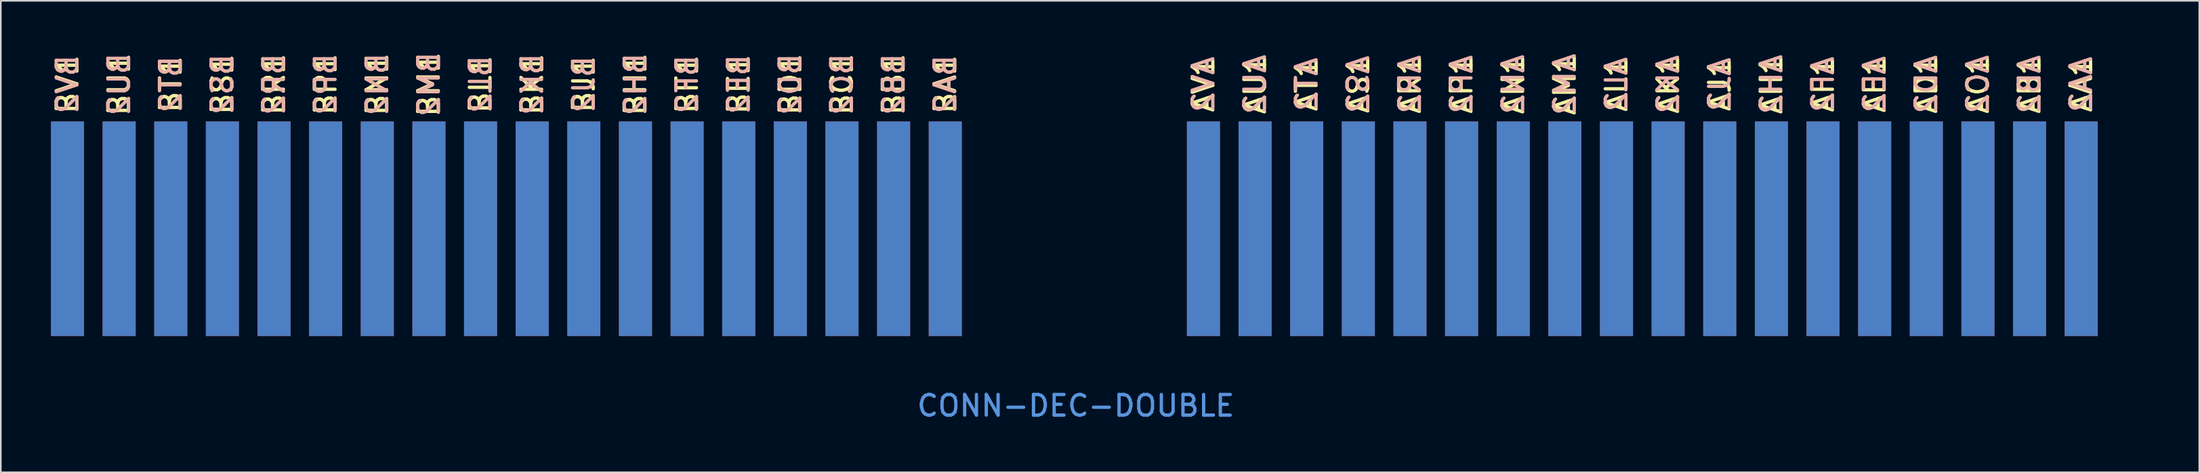
<source format=kicad_pcb>
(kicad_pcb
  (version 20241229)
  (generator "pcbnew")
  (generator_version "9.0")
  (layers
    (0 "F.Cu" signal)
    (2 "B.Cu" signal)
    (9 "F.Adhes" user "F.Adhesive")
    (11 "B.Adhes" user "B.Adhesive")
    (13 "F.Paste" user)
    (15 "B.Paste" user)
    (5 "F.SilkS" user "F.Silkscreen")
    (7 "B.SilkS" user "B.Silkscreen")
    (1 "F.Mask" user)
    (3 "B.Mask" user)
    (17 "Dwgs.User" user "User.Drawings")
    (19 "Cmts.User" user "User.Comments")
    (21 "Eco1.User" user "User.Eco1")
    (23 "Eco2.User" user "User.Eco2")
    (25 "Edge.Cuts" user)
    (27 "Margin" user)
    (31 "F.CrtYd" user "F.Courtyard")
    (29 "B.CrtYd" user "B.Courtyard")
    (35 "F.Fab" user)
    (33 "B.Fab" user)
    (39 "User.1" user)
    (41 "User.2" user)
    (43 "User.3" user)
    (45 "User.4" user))
  (footprint "CONN-DEC-DOUBLE"
    (layer "F.Cu")
    (at 128.938 18.653)
    (property "Reference" "CONN-DEC-DOUBLE" (at -65.837 3.277 0) (layer "Cmts.User") (effects (font (size 1.27 1.27) (thickness 0.203))))
    (attr through_hole)
    (fp_text user "BR1" (at -115.138 -16.51 90) (layer "F.SilkS") (effects (font (size 1.27 1.27) (thickness 0.203))))
    (fp_text user "BF1" (at -89.738 -16.51 90) (layer "F.SilkS") (effects (font (size 1.27 1.27) (thickness 0.203))))
    (fp_text user "AK1" (at -29.413 -16.51 90) (layer "F.SilkS") (effects (font (size 1.27 1.27) (thickness 0.203))))
    (fp_text user "BD1" (at -83.388 -16.51 90) (layer "F.SilkS") (effects (font (size 1.27 1.27) (thickness 0.203))))
    (fp_text user "AN1" (at -38.938 -16.51 90) (layer "F.SilkS") (effects (font (size 1.27 1.27) (thickness 0.203))))
    (fp_text user "AA1" (at -4.013 -16.51 90) (layer "F.SilkS") (effects (font (size 1.27 1.27) (thickness 0.203))))
    (fp_text user "BJ1" (at -96.088 -16.51 90) (layer "F.SilkS") (effects (font (size 1.27 1.27) (thickness 0.203))))
    (fp_text user "BE1" (at -86.563 -16.51 90) (layer "F.SilkS") (effects (font (size 1.27 1.27) (thickness 0.203))))
    (fp_text user "BA1" (at -73.863 -16.51 90) (layer "F.SilkS") (effects (font (size 1.27 1.27) (thickness 0.203))))
    (fp_text user "AV1" (at -57.988 -16.51 90) (layer "F.SilkS") (effects (font (size 1.27 1.27) (thickness 0.203))))
    (fp_text user "AT1" (at -51.638 -16.51 90) (layer "F.SilkS") (effects (font (size 1.27 1.27) (thickness 0.203))))
    (fp_text user "BV1" (at -127.838 -16.51 90) (layer "F.SilkS") (effects (font (size 1.27 1.27) (thickness 0.203))))
    (fp_text user "BS1" (at -118.313 -16.51 90) (layer "F.SilkS") (effects (font (size 1.27 1.27) (thickness 0.203))))
    (fp_text user "BC1" (at -80.213 -16.51 90) (layer "F.SilkS") (effects (font (size 1.27 1.27) (thickness 0.203))))
    (fp_text user "AU1" (at -54.813 -16.51 90) (layer "F.SilkS") (effects (font (size 1.27 1.27) (thickness 0.203))))
    (fp_text user "BU1" (at -124.663 -16.51 90) (layer "F.SilkS") (effects (font (size 1.27 1.27) (thickness 0.203))))
    (fp_text user "AJ1" (at -26.238 -16.51 90) (layer "F.SilkS") (effects (font (size 1.27 1.27) (thickness 0.203))))
    (fp_text user "BK1" (at -99.263 -16.51 90) (layer "F.SilkS") (effects (font (size 1.27 1.27) (thickness 0.203))))
    (fp_text user "AD1" (at -13.538 -16.51 90) (layer "F.SilkS") (effects (font (size 1.27 1.27) (thickness 0.203))))
    (fp_text user "AS1" (at -48.463 -16.51 90) (layer "F.SilkS") (effects (font (size 1.27 1.27) (thickness 0.203))))
    (fp_text user "BB1" (at -77.038 -16.51 90) (layer "F.SilkS") (effects (font (size 1.27 1.27) (thickness 0.203))))
    (fp_text user "AM1" (at -35.763 -16.51 90) (layer "F.SilkS") (effects (font (size 1.27 1.27) (thickness 0.203))))
    (fp_text user "AC1" (at -10.363 -16.51 90) (layer "F.SilkS") (effects (font (size 1.27 1.27) (thickness 0.203))))
    (fp_text user "BP1" (at -111.963 -16.51 90) (layer "F.SilkS") (effects (font (size 1.27 1.27) (thickness 0.203))))
    (fp_text user "AL1" (at -32.588 -16.51 90) (layer "F.SilkS") (effects (font (size 1.27 1.27) (thickness 0.203))))
    (fp_text user "AH1" (at -23.063 -16.51 90) (layer "F.SilkS") (effects (font (size 1.27 1.27) (thickness 0.203))))
    (fp_text user "AF1" (at -19.888 -16.51 90) (layer "F.SilkS") (effects (font (size 1.27 1.27) (thickness 0.203))))
    (fp_text user "AR1" (at -45.288 -16.51 90) (layer "F.SilkS") (effects (font (size 1.27 1.27) (thickness 0.203))))
    (fp_text user "AB1" (at -7.188 -16.51 90) (layer "F.SilkS") (effects (font (size 1.27 1.27) (thickness 0.203))))
    (fp_text user "BN1" (at -108.788 -16.51 90) (layer "F.SilkS") (effects (font (size 1.27 1.27) (thickness 0.203))))
    (fp_text user "BL1" (at -102.438 -16.51 90) (layer "F.SilkS") (effects (font (size 1.27 1.27) (thickness 0.203))))
    (fp_text user "BH1" (at -92.913 -16.51 90) (layer "F.SilkS") (effects (font (size 1.27 1.27) (thickness 0.203))))
    (fp_text user "AE1" (at -16.713 -16.51 90) (layer "F.SilkS") (effects (font (size 1.27 1.27) (thickness 0.203))))
    (fp_text user "AP1" (at -42.113 -16.51 90) (layer "F.SilkS") (effects (font (size 1.27 1.27) (thickness 0.203))))
    (fp_text user "BT1" (at -121.488 -16.51 90) (layer "F.SilkS") (effects (font (size 1.27 1.27) (thickness 0.203))))
    (fp_text user "BM1" (at -105.613 -16.51 90) (layer "F.SilkS") (effects (font (size 1.27 1.27) (thickness 0.203))))
    (fp_text user "BN2" (at -108.788 -16.51 90) (layer "B.SilkS") (effects (font (size 1.27 1.27) (thickness 0.203)) (justify mirror)))
    (fp_text user "BJ2" (at -96.088 -16.51 90) (layer "B.SilkS") (effects (font (size 1.27 1.27) (thickness 0.203)) (justify mirror)))
    (fp_text user "BD2" (at -83.388 -16.51 90) (layer "B.SilkS") (effects (font (size 1.27 1.27) (thickness 0.203)) (justify mirror)))
    (fp_text user "AJ2" (at -26.238 -16.51 90) (layer "B.SilkS") (effects (font (size 1.27 1.27) (thickness 0.203)) (justify mirror)))
    (fp_text user "AA2" (at -4.013 -16.51 90) (layer "B.SilkS") (effects (font (size 1.27 1.27) (thickness 0.203)) (justify mirror)))
    (fp_text user "BV2" (at -127.838 -16.51 90) (layer "B.SilkS") (effects (font (size 1.27 1.27) (thickness 0.203)) (justify mirror)))
    (fp_text user "AN2" (at -38.938 -16.51 90) (layer "B.SilkS") (effects (font (size 1.27 1.27) (thickness 0.203)) (justify mirror)))
    (fp_text user "AE2" (at -16.713 -16.51 90) (layer "B.SilkS") (effects (font (size 1.27 1.27) (thickness 0.203)) (justify mirror)))
    (fp_text user "BR2" (at -115.138 -16.51 90) (layer "B.SilkS") (effects (font (size 1.27 1.27) (thickness 0.203)) (justify mirror)))
    (fp_text user "AU2" (at -54.813 -16.51 90) (layer "B.SilkS") (effects (font (size 1.27 1.27) (thickness 0.203)) (justify mirror)))
    (fp_text user "BK2" (at -99.263 -16.51 90) (layer "B.SilkS") (effects (font (size 1.27 1.27) (thickness 0.203)) (justify mirror)))
    (fp_text user "AR2" (at -45.288 -16.51 90) (layer "B.SilkS") (effects (font (size 1.27 1.27) (thickness 0.203)) (justify mirror)))
    (fp_text user "AS2" (at -48.463 -16.51 90) (layer "B.SilkS") (effects (font (size 1.27 1.27) (thickness 0.203)) (justify mirror)))
    (fp_text user "AH2" (at -23.063 -16.51 90) (layer "B.SilkS") (effects (font (size 1.27 1.27) (thickness 0.203)) (justify mirror)))
    (fp_text user "BL2" (at -102.438 -16.51 90) (layer "B.SilkS") (effects (font (size 1.27 1.27) (thickness 0.203)) (justify mirror)))
    (fp_text user "BC2" (at -80.213 -16.51 90) (layer "B.SilkS") (effects (font (size 1.27 1.27) (thickness 0.203)) (justify mirror)))
    (fp_text user "AT2" (at -51.638 -16.51 90) (layer "B.SilkS") (effects (font (size 1.27 1.27) (thickness 0.203)) (justify mirror)))
    (fp_text user "AV2" (at -57.988 -16.51 90) (layer "B.SilkS") (effects (font (size 1.27 1.27) (thickness 0.203)) (justify mirror)))
    (fp_text user "AL2" (at -32.588 -16.51 90) (layer "B.SilkS") (effects (font (size 1.27 1.27) (thickness 0.203)) (justify mirror)))
    (fp_text user "BH2" (at -92.913 -16.51 90) (layer "B.SilkS") (effects (font (size 1.27 1.27) (thickness 0.203)) (justify mirror)))
    (fp_text user "BU2" (at -124.663 -16.51 90) (layer "B.SilkS") (effects (font (size 1.27 1.27) (thickness 0.203)) (justify mirror)))
    (fp_text user "AF2" (at -19.888 -16.51 90) (layer "B.SilkS") (effects (font (size 1.27 1.27) (thickness 0.203)) (justify mirror)))
    (fp_text user "AM2" (at -35.763 -16.51 90) (layer "B.SilkS") (effects (font (size 1.27 1.27) (thickness 0.203)) (justify mirror)))
    (fp_text user "AD2" (at -13.538 -16.51 90) (layer "B.SilkS") (effects (font (size 1.27 1.27) (thickness 0.203)) (justify mirror)))
    (fp_text user "BB2" (at -77.038 -16.51 90) (layer "B.SilkS") (effects (font (size 1.27 1.27) (thickness 0.203)) (justify mirror)))
    (fp_text user "AB2" (at -7.188 -16.51 90) (layer "B.SilkS") (effects (font (size 1.27 1.27) (thickness 0.203)) (justify mirror)))
    (fp_text user "BS2" (at -118.313 -16.51 90) (layer "B.SilkS") (effects (font (size 1.27 1.27) (thickness 0.203)) (justify mirror)))
    (fp_text user "BE2" (at -86.563 -16.51 90) (layer "B.SilkS") (effects (font (size 1.27 1.27) (thickness 0.203)) (justify mirror)))
    (fp_text user "BT2" (at -121.488 -16.51 90) (layer "B.SilkS") (effects (font (size 1.27 1.27) (thickness 0.203)) (justify mirror)))
    (fp_text user "BF2" (at -89.738 -16.51 90) (layer "B.SilkS") (effects (font (size 1.27 1.27) (thickness 0.203)) (justify mirror)))
    (fp_text user "AK2" (at -29.413 -16.51 90) (layer "B.SilkS") (effects (font (size 1.27 1.27) (thickness 0.203)) (justify mirror)))
    (fp_text user "AP2" (at -42.113 -16.51 90) (layer "B.SilkS") (effects (font (size 1.27 1.27) (thickness 0.203)) (justify mirror)))
    (fp_text user "AC2" (at -10.363 -16.51 90) (layer "B.SilkS") (effects (font (size 1.27 1.27) (thickness 0.203)) (justify mirror)))
    (fp_text user "BA2" (at -73.863 -16.51 90) (layer "B.SilkS") (effects (font (size 1.27 1.27) (thickness 0.203)) (justify mirror)))
    (fp_text user "BP2" (at -111.963 -16.51 90) (layer "B.SilkS") (effects (font (size 1.27 1.27) (thickness 0.203)) (justify mirror)))
    (fp_text user "BM2" (at -105.613 -16.51 90) (layer "B.SilkS") (effects (font (size 1.27 1.27) (thickness 0.203)) (justify mirror)))
    (pad "AA1" connect rect (at -4.013 -13.462) (size 2.032 13.208) (drill (offset 0 5.842)) (layers "F.Cu" "F.Mask"))
    (pad "AA2" connect rect (at -4.013 -13.462) (size 2.032 13.208) (drill (offset 0 5.842)) (layers "B.Cu" "B.Mask"))
    (pad "AB1" connect rect (at -7.188 -13.462) (size 2.032 13.208) (drill (offset 0 5.842)) (layers "F.Cu" "F.Mask"))
    (pad "AB2" connect rect (at -7.188 -13.462) (size 2.032 13.208) (drill (offset 0 5.842)) (layers "B.Cu" "B.Mask"))
    (pad "AC1" connect rect (at -10.363 -13.462) (size 2.032 13.208) (drill (offset 0 5.842)) (layers "F.Cu" "F.Mask"))
    (pad "AC2" connect rect (at -10.363 -13.462) (size 2.032 13.208) (drill (offset 0 5.842)) (layers "B.Cu" "B.Mask"))
    (pad "AD1" connect rect (at -13.538 -13.462) (size 2.032 13.208) (drill (offset 0 5.842)) (layers "F.Cu" "F.Mask"))
    (pad "AD2" connect rect (at -13.538 -13.462) (size 2.032 13.208) (drill (offset 0 5.842)) (layers "B.Cu" "B.Mask"))
    (pad "AE1" connect rect (at -16.713 -13.462) (size 2.032 13.208) (drill (offset 0 5.842)) (layers "F.Cu" "F.Mask"))
    (pad "AE2" connect rect (at -16.713 -13.462) (size 2.032 13.208) (drill (offset 0 5.842)) (layers "B.Cu" "B.Mask"))
    (pad "AF1" connect rect (at -19.888 -13.462) (size 2.032 13.208) (drill (offset 0 5.842)) (layers "F.Cu" "F.Mask"))
    (pad "AF2" connect rect (at -19.888 -13.462) (size 2.032 13.208) (drill (offset 0 5.842)) (layers "B.Cu" "B.Mask"))
    (pad "AH1" connect rect (at -23.063 -13.462) (size 2.032 13.208) (drill (offset 0 5.842)) (layers "F.Cu" "F.Mask"))
    (pad "AH2" connect rect (at -23.063 -13.462) (size 2.032 13.208) (drill (offset 0 5.842)) (layers "B.Cu" "B.Mask"))
    (pad "AJ1" connect rect (at -26.238 -13.462) (size 2.032 13.208) (drill (offset 0 5.842)) (layers "F.Cu" "F.Mask"))
    (pad "AJ2" connect rect (at -26.238 -13.462) (size 2.032 13.208) (drill (offset 0 5.842)) (layers "B.Cu" "B.Mask"))
    (pad "AK1" connect rect (at -29.413 -13.462) (size 2.032 13.208) (drill (offset 0 5.842)) (layers "F.Cu" "F.Mask"))
    (pad "AK2" connect rect (at -29.413 -13.462) (size 2.032 13.208) (drill (offset 0 5.842)) (layers "B.Cu" "B.Mask"))
    (pad "AL1" connect rect (at -32.588 -13.462) (size 2.032 13.208) (drill (offset 0 5.842)) (layers "F.Cu" "F.Mask"))
    (pad "AL2" connect rect (at -32.588 -13.462) (size 2.032 13.208) (drill (offset 0 5.842)) (layers "B.Cu" "B.Mask"))
    (pad "AM1" connect rect (at -35.763 -13.462) (size 2.032 13.208) (drill (offset 0 5.842)) (layers "F.Cu" "F.Mask"))
    (pad "AM2" connect rect (at -35.763 -13.462) (size 2.032 13.208) (drill (offset 0 5.842)) (layers "B.Cu" "B.Mask"))
    (pad "AN1" connect rect (at -38.938 -13.462) (size 2.032 13.208) (drill (offset 0 5.842)) (layers "F.Cu" "F.Mask"))
    (pad "AN2" connect rect (at -38.938 -13.462) (size 2.032 13.208) (drill (offset 0 5.842)) (layers "B.Cu" "B.Mask"))
    (pad "AP1" connect rect (at -42.113 -13.462) (size 2.032 13.208) (drill (offset 0 5.842)) (layers "F.Cu" "F.Mask"))
    (pad "AP2" connect rect (at -42.113 -13.462) (size 2.032 13.208) (drill (offset 0 5.842)) (layers "B.Cu" "B.Mask"))
    (pad "AR1" connect rect (at -45.288 -13.462) (size 2.032 13.208) (drill (offset 0 5.842)) (layers "F.Cu" "F.Mask"))
    (pad "AR2" connect rect (at -45.288 -13.462) (size 2.032 13.208) (drill (offset 0 5.842)) (layers "B.Cu" "B.Mask"))
    (pad "AS1" connect rect (at -48.463 -13.462) (size 2.032 13.208) (drill (offset 0 5.842)) (layers "F.Cu" "F.Mask"))
    (pad "AS2" connect rect (at -48.463 -13.462) (size 2.032 13.208) (drill (offset 0 5.842)) (layers "B.Cu" "B.Mask"))
    (pad "AT1" connect rect (at -51.638 -13.462) (size 2.032 13.208) (drill (offset 0 5.842)) (layers "F.Cu" "F.Mask"))
    (pad "AT2" connect rect (at -51.638 -13.462) (size 2.032 13.208) (drill (offset 0 5.842)) (layers "B.Cu" "B.Mask"))
    (pad "AU1" connect rect (at -54.813 -13.462) (size 2.032 13.208) (drill (offset 0 5.842)) (layers "F.Cu" "F.Mask"))
    (pad "AU2" connect rect (at -54.813 -13.462) (size 2.032 13.208) (drill (offset 0 5.842)) (layers "B.Cu" "B.Mask"))
    (pad "AV1" connect rect (at -57.988 -13.462) (size 2.032 13.208) (drill (offset 0 5.842)) (layers "F.Cu" "F.Mask"))
    (pad "AV2" connect rect (at -57.988 -13.462) (size 2.032 13.208) (drill (offset 0 5.842)) (layers "B.Cu" "B.Mask"))
    (pad "BA1" connect rect (at -73.863 -13.462) (size 2.032 13.208) (drill (offset 0 5.842)) (layers "F.Cu" "F.Mask"))
    (pad "BA2" connect rect (at -73.863 -13.462) (size 2.032 13.208) (drill (offset 0 5.842)) (layers "B.Cu" "B.Mask"))
    (pad "BB1" connect rect (at -77.038 -13.462) (size 2.032 13.208) (drill (offset 0 5.842)) (layers "F.Cu" "F.Mask"))
    (pad "BB2" connect rect (at -77.038 -13.462) (size 2.032 13.208) (drill (offset 0 5.842)) (layers "B.Cu" "B.Mask"))
    (pad "BC1" connect rect (at -80.213 -13.462) (size 2.032 13.208) (drill (offset 0 5.842)) (layers "F.Cu" "F.Mask"))
    (pad "BC2" connect rect (at -80.213 -13.462) (size 2.032 13.208) (drill (offset 0 5.842)) (layers "B.Cu" "B.Mask"))
    (pad "BD1" connect rect (at -83.388 -13.462) (size 2.032 13.208) (drill (offset 0 5.842)) (layers "F.Cu" "F.Mask"))
    (pad "BD2" connect rect (at -83.388 -13.462) (size 2.032 13.208) (drill (offset 0 5.842)) (layers "B.Cu" "B.Mask"))
    (pad "BE1" connect rect (at -86.563 -13.462) (size 2.032 13.208) (drill (offset 0 5.842)) (layers "F.Cu" "F.Mask"))
    (pad "BE2" connect rect (at -86.563 -13.462) (size 2.032 13.208) (drill (offset 0 5.842)) (layers "B.Cu" "B.Mask"))
    (pad "BF1" connect rect (at -89.738 -13.462) (size 2.032 13.208) (drill (offset 0 5.842)) (layers "F.Cu" "F.Mask"))
    (pad "BF2" connect rect (at -89.738 -13.462) (size 2.032 13.208) (drill (offset 0 5.842)) (layers "B.Cu" "B.Mask"))
    (pad "BH1" connect rect (at -92.913 -13.462) (size 2.032 13.208) (drill (offset 0 5.842)) (layers "F.Cu" "F.Mask"))
    (pad "BH2" connect rect (at -92.913 -13.462) (size 2.032 13.208) (drill (offset 0 5.842)) (layers "B.Cu" "B.Mask"))
    (pad "BJ1" connect rect (at -96.088 -13.462) (size 2.032 13.208) (drill (offset 0 5.842)) (layers "F.Cu" "F.Mask"))
    (pad "BJ2" connect rect (at -96.088 -13.462) (size 2.032 13.208) (drill (offset 0 5.842)) (layers "B.Cu" "B.Mask"))
    (pad "BK1" connect rect (at -99.263 -13.462) (size 2.032 13.208) (drill (offset 0 5.842)) (layers "F.Cu" "F.Mask"))
    (pad "BK2" connect rect (at -99.263 -13.462) (size 2.032 13.208) (drill (offset 0 5.842)) (layers "B.Cu" "B.Mask"))
    (pad "BL1" connect rect (at -102.438 -13.462) (size 2.032 13.208) (drill (offset 0 5.842)) (layers "F.Cu" "F.Mask"))
    (pad "BL2" connect rect (at -102.438 -13.462) (size 2.032 13.208) (drill (offset 0 5.842)) (layers "B.Cu" "B.Mask"))
    (pad "BM1" connect rect (at -105.613 -13.462) (size 2.032 13.208) (drill (offset 0 5.842)) (layers "F.Cu" "F.Mask"))
    (pad "BM2" connect rect (at -105.613 -13.462) (size 2.032 13.208) (drill (offset 0 5.842)) (layers "B.Cu" "B.Mask"))
    (pad "BN1" connect rect (at -108.788 -13.462) (size 2.032 13.208) (drill (offset 0 5.842)) (layers "F.Cu" "F.Mask"))
    (pad "BN2" connect rect (at -108.788 -13.462) (size 2.032 13.208) (drill (offset 0 5.842)) (layers "B.Cu" "B.Mask"))
    (pad "BP1" connect rect (at -111.963 -13.462) (size 2.032 13.208) (drill (offset 0 5.842)) (layers "F.Cu" "F.Mask"))
    (pad "BP2" connect rect (at -111.963 -13.462) (size 2.032 13.208) (drill (offset 0 5.842)) (layers "B.Cu" "B.Mask"))
    (pad "BR1" connect rect (at -115.138 -13.462) (size 2.032 13.208) (drill (offset 0 5.842)) (layers "F.Cu" "F.Mask"))
    (pad "BR2" connect rect (at -115.138 -13.462) (size 2.032 13.208) (drill (offset 0 5.842)) (layers "B.Cu" "B.Mask"))
    (pad "BS1" connect rect (at -118.313 -13.462) (size 2.032 13.208) (drill (offset 0 5.842)) (layers "F.Cu" "F.Mask"))
    (pad "BS2" connect rect (at -118.313 -13.462) (size 2.032 13.208) (drill (offset 0 5.842)) (layers "B.Cu" "B.Mask"))
    (pad "BT1" connect rect (at -121.488 -13.462) (size 2.032 13.208) (drill (offset 0 5.842)) (layers "F.Cu" "F.Mask"))
    (pad "BT2" connect rect (at -121.488 -13.462) (size 2.032 13.208) (drill (offset 0 5.842)) (layers "B.Cu" "B.Mask"))
    (pad "BU1" connect rect (at -124.663 -13.462) (size 2.032 13.208) (drill (offset 0 5.842)) (layers "F.Cu" "F.Mask"))
    (pad "BU2" connect rect (at -124.663 -13.462) (size 2.032 13.208) (drill (offset 0 5.842)) (layers "B.Cu" "B.Mask"))
    (pad "BV1" connect rect (at -127.838 -13.462) (size 2.032 13.208) (drill (offset 0 5.842)) (layers "F.Cu" "F.Mask"))
    (pad "BV2" connect rect (at -127.838 -13.462) (size 2.032 13.208) (drill (offset 0 5.842)) (layers "B.Cu" "B.Mask")))
  (gr_rect
    (start -3 -3)
    (end 132.188 26.029)
    (stroke (width 0.1) (type default))
    (fill no)
    (layer "Edge.Cuts")))
</source>
